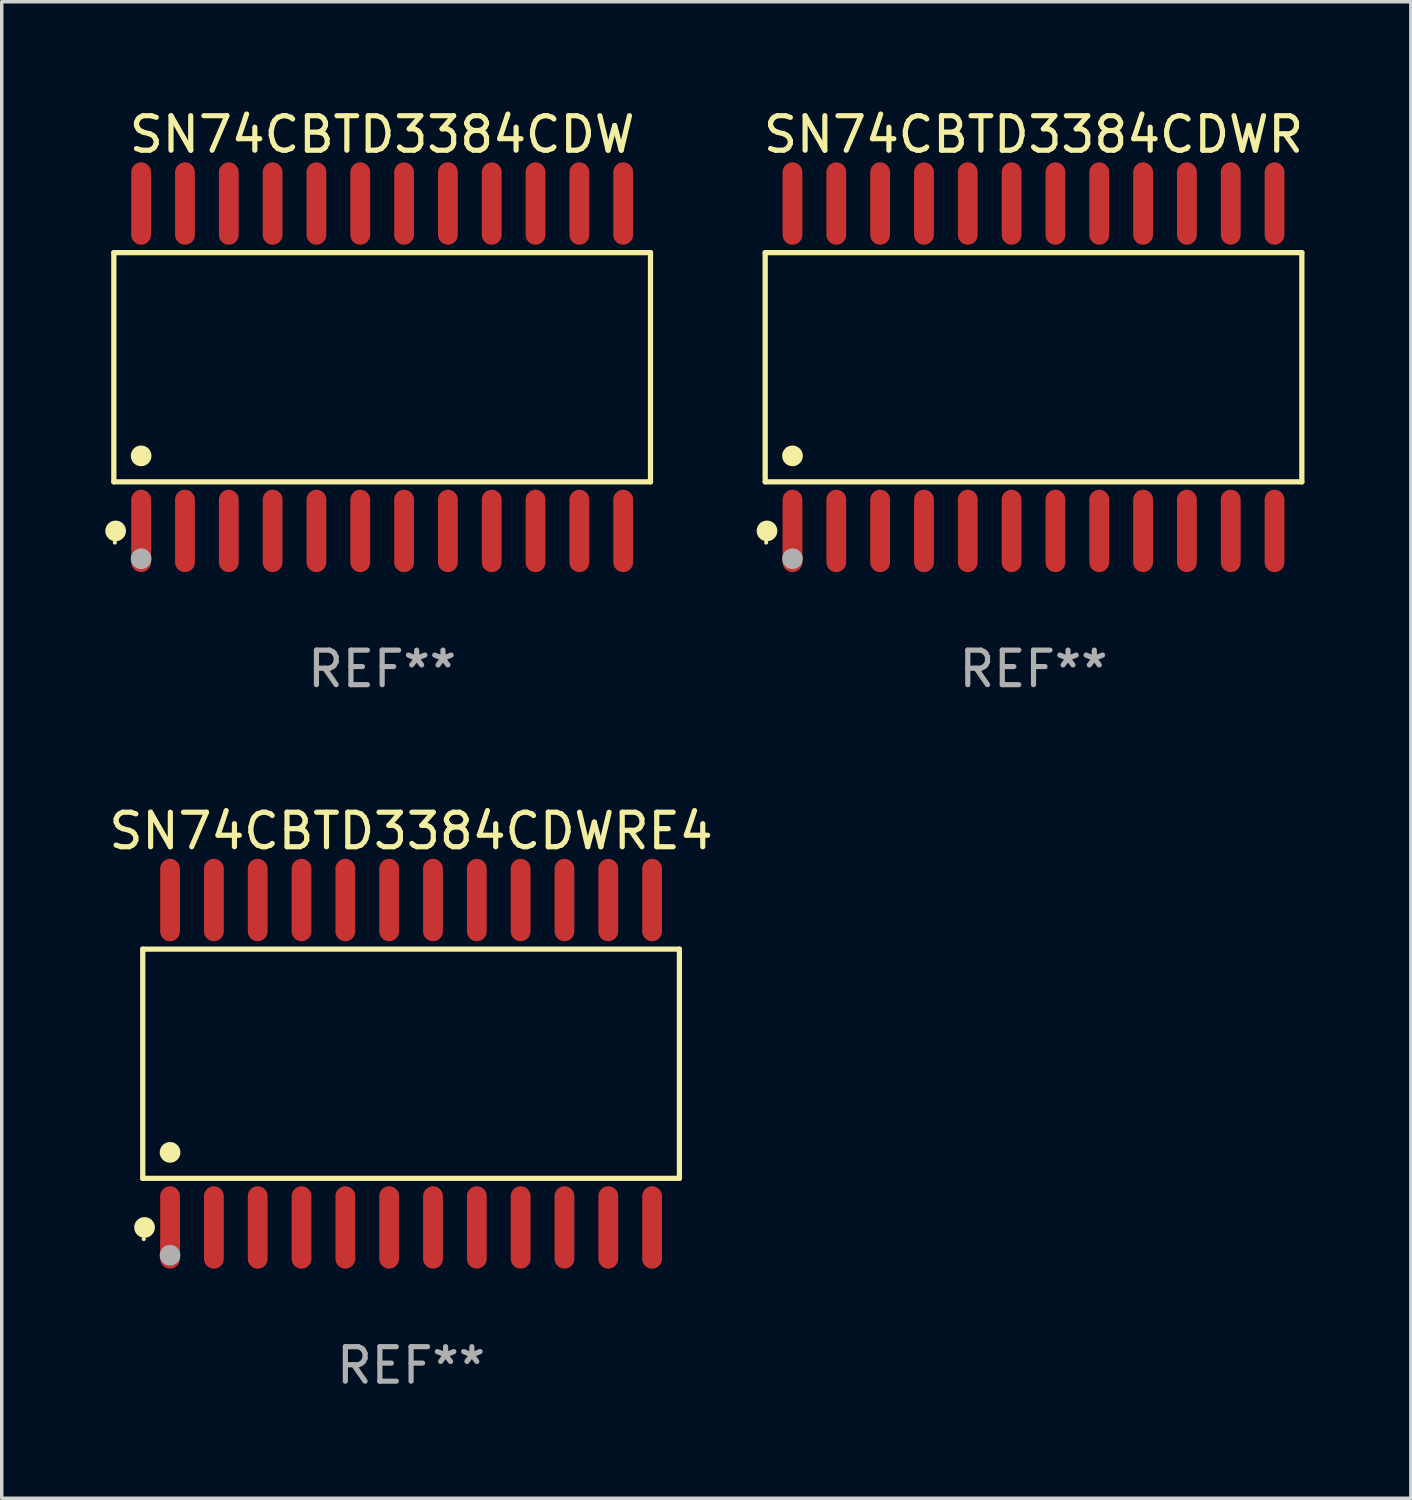
<source format=kicad_pcb>
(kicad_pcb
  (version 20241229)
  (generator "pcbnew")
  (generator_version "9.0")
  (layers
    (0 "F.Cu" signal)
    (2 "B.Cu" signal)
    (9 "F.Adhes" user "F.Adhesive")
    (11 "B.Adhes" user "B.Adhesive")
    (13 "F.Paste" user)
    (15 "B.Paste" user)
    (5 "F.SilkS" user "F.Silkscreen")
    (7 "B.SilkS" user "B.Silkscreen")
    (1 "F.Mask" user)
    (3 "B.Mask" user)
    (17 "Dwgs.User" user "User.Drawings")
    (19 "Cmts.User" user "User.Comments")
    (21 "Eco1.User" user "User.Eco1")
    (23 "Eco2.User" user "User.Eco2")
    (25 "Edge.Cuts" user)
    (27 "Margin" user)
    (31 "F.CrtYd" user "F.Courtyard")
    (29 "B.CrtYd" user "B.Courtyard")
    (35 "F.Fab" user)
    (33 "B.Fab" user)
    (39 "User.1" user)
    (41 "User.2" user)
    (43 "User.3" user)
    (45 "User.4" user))
  (footprint "SN74CBTD3384CDW"
    (layer "F.Cu")
    (at 8.025 7.592)
    (property "Reference" "SN74CBTD3384CDW" (at 0 -6.744 0) (layer "F.SilkS") (effects (font (size 1 1) (thickness 0.15))))
    (attr through_hole)
    (fp_line (start -7.776 -3.321) (end 7.776 -3.321) (stroke (width 0.152) (type solid)) (layer "F.SilkS"))
    (fp_line (start -7.776 3.321) (end -7.776 -3.321) (stroke (width 0.152) (type solid)) (layer "F.SilkS"))
    (fp_line (start 7.776 -3.321) (end 7.776 3.321) (stroke (width 0.152) (type solid)) (layer "F.SilkS"))
    (fp_line (start 7.776 3.321) (end -7.776 3.321) (stroke (width 0.152) (type solid)) (layer "F.SilkS"))
    (fp_circle (center -7.747 5.08) (end -7.717 5.08) (stroke (width 0.06) (type solid)) (fill no) (layer "F.SilkS"))
    (fp_circle (center -7.724 4.744) (end -7.574 4.744) (stroke (width 0.3) (type solid)) (fill no) (layer "F.SilkS"))
    (fp_circle (center -6.985 2.569) (end -6.835 2.569) (stroke (width 0.3) (type solid)) (fill no) (layer "F.SilkS"))
    (fp_circle (center -6.985 5.55) (end -6.835 5.55) (stroke (width 0.3) (type solid)) (fill no) (layer "F.Fab"))
    (fp_text user "REF**" (at 0 8.744 0) (layer "F.Fab") (effects (font (size 1 1) (thickness 0.15))))
    (pad "1" smd oval (at -6.985 4.744) (size 0.574 2.388) (layers "F.Cu" "F.Mask" "F.Paste"))
    (pad "2" smd oval (at -5.715 4.744) (size 0.574 2.388) (layers "F.Cu" "F.Mask" "F.Paste"))
    (pad "3" smd oval (at -4.445 4.744) (size 0.574 2.388) (layers "F.Cu" "F.Mask" "F.Paste"))
    (pad "4" smd oval (at -3.175 4.744) (size 0.574 2.388) (layers "F.Cu" "F.Mask" "F.Paste"))
    (pad "5" smd oval (at -1.905 4.744) (size 0.574 2.388) (layers "F.Cu" "F.Mask" "F.Paste"))
    (pad "6" smd oval (at -0.635 4.744) (size 0.574 2.388) (layers "F.Cu" "F.Mask" "F.Paste"))
    (pad "7" smd oval (at 0.635 4.744) (size 0.574 2.388) (layers "F.Cu" "F.Mask" "F.Paste"))
    (pad "8" smd oval (at 1.905 4.744) (size 0.574 2.388) (layers "F.Cu" "F.Mask" "F.Paste"))
    (pad "9" smd oval (at 3.175 4.744) (size 0.574 2.388) (layers "F.Cu" "F.Mask" "F.Paste"))
    (pad "10" smd oval (at 4.445 4.744) (size 0.574 2.388) (layers "F.Cu" "F.Mask" "F.Paste"))
    (pad "11" smd oval (at 5.715 4.744) (size 0.574 2.388) (layers "F.Cu" "F.Mask" "F.Paste"))
    (pad "12" smd oval (at 6.985 4.744) (size 0.574 2.388) (layers "F.Cu" "F.Mask" "F.Paste"))
    (pad "13" smd oval (at 6.985 -4.744) (size 0.574 2.388) (layers "F.Cu" "F.Mask" "F.Paste"))
    (pad "14" smd oval (at 5.715 -4.744) (size 0.574 2.388) (layers "F.Cu" "F.Mask" "F.Paste"))
    (pad "15" smd oval (at 4.445 -4.744) (size 0.574 2.388) (layers "F.Cu" "F.Mask" "F.Paste"))
    (pad "16" smd oval (at 3.175 -4.744) (size 0.574 2.388) (layers "F.Cu" "F.Mask" "F.Paste"))
    (pad "17" smd oval (at 1.905 -4.744) (size 0.574 2.388) (layers "F.Cu" "F.Mask" "F.Paste"))
    (pad "18" smd oval (at 0.635 -4.744) (size 0.574 2.388) (layers "F.Cu" "F.Mask" "F.Paste"))
    (pad "19" smd oval (at -0.635 -4.744) (size 0.574 2.388) (layers "F.Cu" "F.Mask" "F.Paste"))
    (pad "20" smd oval (at -1.905 -4.744) (size 0.574 2.388) (layers "F.Cu" "F.Mask" "F.Paste"))
    (pad "21" smd oval (at -3.175 -4.744) (size 0.574 2.388) (layers "F.Cu" "F.Mask" "F.Paste"))
    (pad "22" smd oval (at -4.445 -4.744) (size 0.574 2.388) (layers "F.Cu" "F.Mask" "F.Paste"))
    (pad "23" smd oval (at -5.715 -4.744) (size 0.574 2.388) (layers "F.Cu" "F.Mask" "F.Paste"))
    (pad "24" smd oval (at -6.985 -4.744) (size 0.574 2.388) (layers "F.Cu" "F.Mask" "F.Paste")))
  (footprint "SN74CBTD3384CDWR"
    (layer "F.Cu")
    (at 26.901 7.592)
    (property "Reference" "SN74CBTD3384CDWR" (at 0 -6.744 0) (layer "F.SilkS") (effects (font (size 1 1) (thickness 0.15))))
    (attr through_hole)
    (fp_line (start -7.776 -3.321) (end 7.776 -3.321) (stroke (width 0.152) (type solid)) (layer "F.SilkS"))
    (fp_line (start -7.776 3.321) (end -7.776 -3.321) (stroke (width 0.152) (type solid)) (layer "F.SilkS"))
    (fp_line (start 7.776 -3.321) (end 7.776 3.321) (stroke (width 0.152) (type solid)) (layer "F.SilkS"))
    (fp_line (start 7.776 3.321) (end -7.776 3.321) (stroke (width 0.152) (type solid)) (layer "F.SilkS"))
    (fp_circle (center -7.747 5.08) (end -7.717 5.08) (stroke (width 0.06) (type solid)) (fill no) (layer "F.SilkS"))
    (fp_circle (center -7.724 4.744) (end -7.574 4.744) (stroke (width 0.3) (type solid)) (fill no) (layer "F.SilkS"))
    (fp_circle (center -6.985 2.569) (end -6.835 2.569) (stroke (width 0.3) (type solid)) (fill no) (layer "F.SilkS"))
    (fp_circle (center -6.985 5.55) (end -6.835 5.55) (stroke (width 0.3) (type solid)) (fill no) (layer "F.Fab"))
    (fp_text user "REF**" (at 0 8.744 0) (layer "F.Fab") (effects (font (size 1 1) (thickness 0.15))))
    (pad "1" smd oval (at -6.985 4.744) (size 0.574 2.388) (layers "F.Cu" "F.Mask" "F.Paste"))
    (pad "2" smd oval (at -5.715 4.744) (size 0.574 2.388) (layers "F.Cu" "F.Mask" "F.Paste"))
    (pad "3" smd oval (at -4.445 4.744) (size 0.574 2.388) (layers "F.Cu" "F.Mask" "F.Paste"))
    (pad "4" smd oval (at -3.175 4.744) (size 0.574 2.388) (layers "F.Cu" "F.Mask" "F.Paste"))
    (pad "5" smd oval (at -1.905 4.744) (size 0.574 2.388) (layers "F.Cu" "F.Mask" "F.Paste"))
    (pad "6" smd oval (at -0.635 4.744) (size 0.574 2.388) (layers "F.Cu" "F.Mask" "F.Paste"))
    (pad "7" smd oval (at 0.635 4.744) (size 0.574 2.388) (layers "F.Cu" "F.Mask" "F.Paste"))
    (pad "8" smd oval (at 1.905 4.744) (size 0.574 2.388) (layers "F.Cu" "F.Mask" "F.Paste"))
    (pad "9" smd oval (at 3.175 4.744) (size 0.574 2.388) (layers "F.Cu" "F.Mask" "F.Paste"))
    (pad "10" smd oval (at 4.445 4.744) (size 0.574 2.388) (layers "F.Cu" "F.Mask" "F.Paste"))
    (pad "11" smd oval (at 5.715 4.744) (size 0.574 2.388) (layers "F.Cu" "F.Mask" "F.Paste"))
    (pad "12" smd oval (at 6.985 4.744) (size 0.574 2.388) (layers "F.Cu" "F.Mask" "F.Paste"))
    (pad "13" smd oval (at 6.985 -4.744) (size 0.574 2.388) (layers "F.Cu" "F.Mask" "F.Paste"))
    (pad "14" smd oval (at 5.715 -4.744) (size 0.574 2.388) (layers "F.Cu" "F.Mask" "F.Paste"))
    (pad "15" smd oval (at 4.445 -4.744) (size 0.574 2.388) (layers "F.Cu" "F.Mask" "F.Paste"))
    (pad "16" smd oval (at 3.175 -4.744) (size 0.574 2.388) (layers "F.Cu" "F.Mask" "F.Paste"))
    (pad "17" smd oval (at 1.905 -4.744) (size 0.574 2.388) (layers "F.Cu" "F.Mask" "F.Paste"))
    (pad "18" smd oval (at 0.635 -4.744) (size 0.574 2.388) (layers "F.Cu" "F.Mask" "F.Paste"))
    (pad "19" smd oval (at -0.635 -4.744) (size 0.574 2.388) (layers "F.Cu" "F.Mask" "F.Paste"))
    (pad "20" smd oval (at -1.905 -4.744) (size 0.574 2.388) (layers "F.Cu" "F.Mask" "F.Paste"))
    (pad "21" smd oval (at -3.175 -4.744) (size 0.574 2.388) (layers "F.Cu" "F.Mask" "F.Paste"))
    (pad "22" smd oval (at -4.445 -4.744) (size 0.574 2.388) (layers "F.Cu" "F.Mask" "F.Paste"))
    (pad "23" smd oval (at -5.715 -4.744) (size 0.574 2.388) (layers "F.Cu" "F.Mask" "F.Paste"))
    (pad "24" smd oval (at -6.985 -4.744) (size 0.574 2.388) (layers "F.Cu" "F.Mask" "F.Paste")))
  (footprint "SN74CBTD3384CDWRE4"
    (layer "F.Cu")
    (at 8.863 27.777)
    (property "Reference" "SN74CBTD3384CDWRE4" (at 0 -6.744 0) (layer "F.SilkS") (effects (font (size 1 1) (thickness 0.15))))
    (attr through_hole)
    (fp_line (start -7.776 -3.321) (end 7.776 -3.321) (stroke (width 0.152) (type solid)) (layer "F.SilkS"))
    (fp_line (start -7.776 3.321) (end -7.776 -3.321) (stroke (width 0.152) (type solid)) (layer "F.SilkS"))
    (fp_line (start 7.776 -3.321) (end 7.776 3.321) (stroke (width 0.152) (type solid)) (layer "F.SilkS"))
    (fp_line (start 7.776 3.321) (end -7.776 3.321) (stroke (width 0.152) (type solid)) (layer "F.SilkS"))
    (fp_circle (center -7.747 5.08) (end -7.717 5.08) (stroke (width 0.06) (type solid)) (fill no) (layer "F.SilkS"))
    (fp_circle (center -7.724 4.744) (end -7.574 4.744) (stroke (width 0.3) (type solid)) (fill no) (layer "F.SilkS"))
    (fp_circle (center -6.985 2.569) (end -6.835 2.569) (stroke (width 0.3) (type solid)) (fill no) (layer "F.SilkS"))
    (fp_circle (center -6.985 5.55) (end -6.835 5.55) (stroke (width 0.3) (type solid)) (fill no) (layer "F.Fab"))
    (fp_text user "REF**" (at 0 8.744 0) (layer "F.Fab") (effects (font (size 1 1) (thickness 0.15))))
    (pad "1" smd oval (at -6.985 4.744) (size 0.574 2.388) (layers "F.Cu" "F.Mask" "F.Paste"))
    (pad "2" smd oval (at -5.715 4.744) (size 0.574 2.388) (layers "F.Cu" "F.Mask" "F.Paste"))
    (pad "3" smd oval (at -4.445 4.744) (size 0.574 2.388) (layers "F.Cu" "F.Mask" "F.Paste"))
    (pad "4" smd oval (at -3.175 4.744) (size 0.574 2.388) (layers "F.Cu" "F.Mask" "F.Paste"))
    (pad "5" smd oval (at -1.905 4.744) (size 0.574 2.388) (layers "F.Cu" "F.Mask" "F.Paste"))
    (pad "6" smd oval (at -0.635 4.744) (size 0.574 2.388) (layers "F.Cu" "F.Mask" "F.Paste"))
    (pad "7" smd oval (at 0.635 4.744) (size 0.574 2.388) (layers "F.Cu" "F.Mask" "F.Paste"))
    (pad "8" smd oval (at 1.905 4.744) (size 0.574 2.388) (layers "F.Cu" "F.Mask" "F.Paste"))
    (pad "9" smd oval (at 3.175 4.744) (size 0.574 2.388) (layers "F.Cu" "F.Mask" "F.Paste"))
    (pad "10" smd oval (at 4.445 4.744) (size 0.574 2.388) (layers "F.Cu" "F.Mask" "F.Paste"))
    (pad "11" smd oval (at 5.715 4.744) (size 0.574 2.388) (layers "F.Cu" "F.Mask" "F.Paste"))
    (pad "12" smd oval (at 6.985 4.744) (size 0.574 2.388) (layers "F.Cu" "F.Mask" "F.Paste"))
    (pad "13" smd oval (at 6.985 -4.744) (size 0.574 2.388) (layers "F.Cu" "F.Mask" "F.Paste"))
    (pad "14" smd oval (at 5.715 -4.744) (size 0.574 2.388) (layers "F.Cu" "F.Mask" "F.Paste"))
    (pad "15" smd oval (at 4.445 -4.744) (size 0.574 2.388) (layers "F.Cu" "F.Mask" "F.Paste"))
    (pad "16" smd oval (at 3.175 -4.744) (size 0.574 2.388) (layers "F.Cu" "F.Mask" "F.Paste"))
    (pad "17" smd oval (at 1.905 -4.744) (size 0.574 2.388) (layers "F.Cu" "F.Mask" "F.Paste"))
    (pad "18" smd oval (at 0.635 -4.744) (size 0.574 2.388) (layers "F.Cu" "F.Mask" "F.Paste"))
    (pad "19" smd oval (at -0.635 -4.744) (size 0.574 2.388) (layers "F.Cu" "F.Mask" "F.Paste"))
    (pad "20" smd oval (at -1.905 -4.744) (size 0.574 2.388) (layers "F.Cu" "F.Mask" "F.Paste"))
    (pad "21" smd oval (at -3.175 -4.744) (size 0.574 2.388) (layers "F.Cu" "F.Mask" "F.Paste"))
    (pad "22" smd oval (at -4.445 -4.744) (size 0.574 2.388) (layers "F.Cu" "F.Mask" "F.Paste"))
    (pad "23" smd oval (at -5.715 -4.744) (size 0.574 2.388) (layers "F.Cu" "F.Mask" "F.Paste"))
    (pad "24" smd oval (at -6.985 -4.744) (size 0.574 2.388) (layers "F.Cu" "F.Mask" "F.Paste")))
  (gr_rect
    (start -3 -3)
    (end 37.836 40.369)
    (stroke (width 0.1) (type default))
    (fill no)
    (layer "Edge.Cuts")))
</source>
